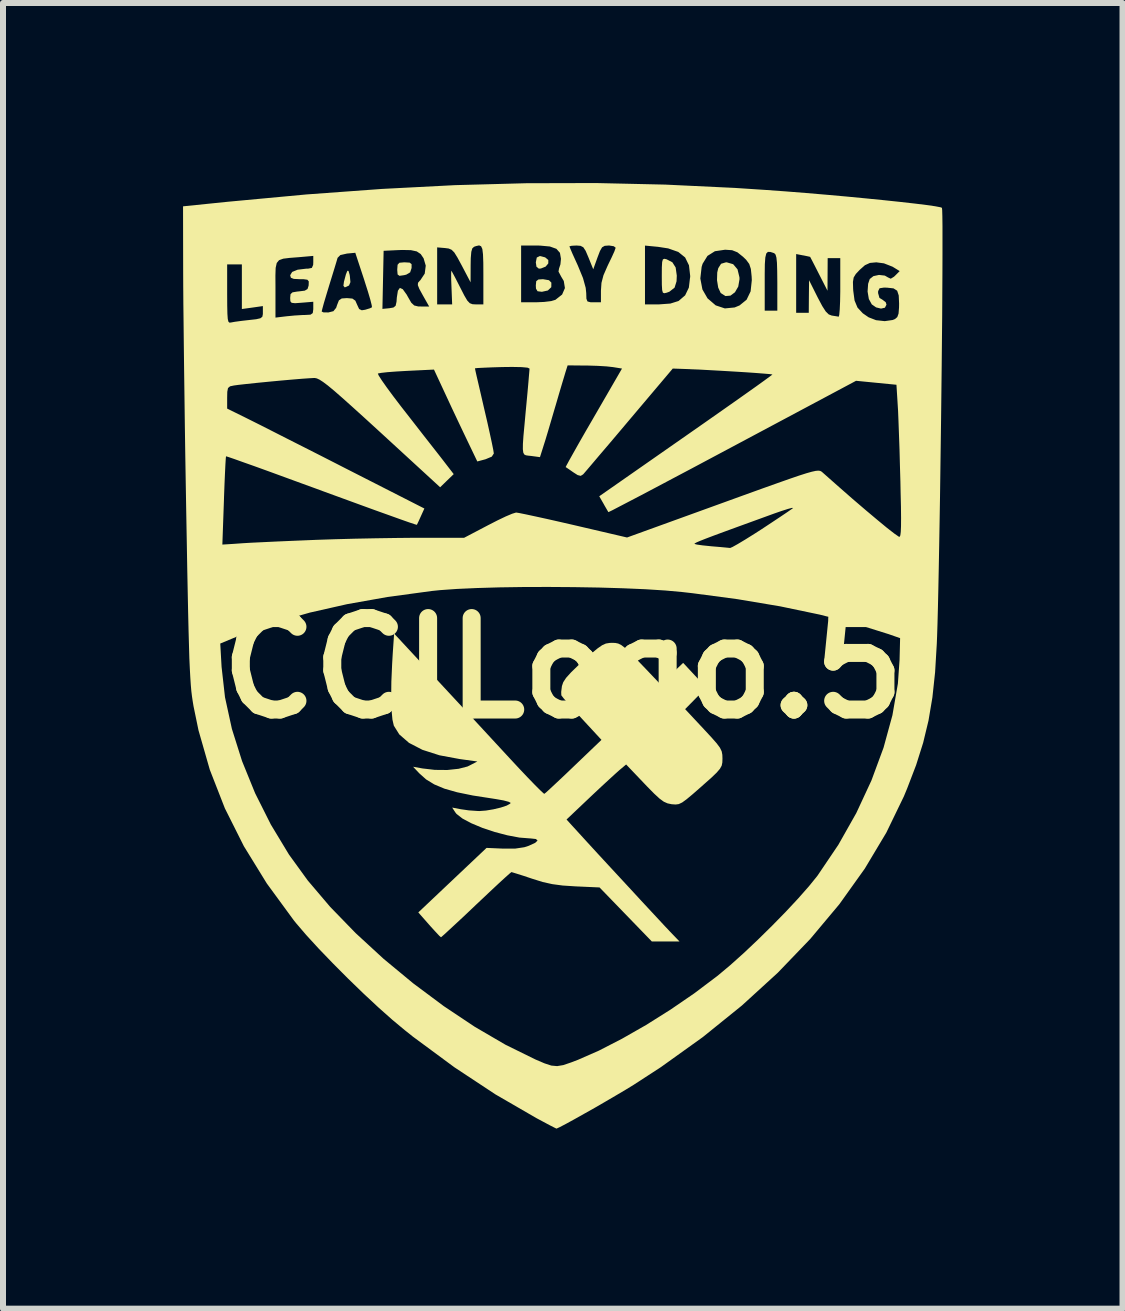
<source format=kicad_pcb>
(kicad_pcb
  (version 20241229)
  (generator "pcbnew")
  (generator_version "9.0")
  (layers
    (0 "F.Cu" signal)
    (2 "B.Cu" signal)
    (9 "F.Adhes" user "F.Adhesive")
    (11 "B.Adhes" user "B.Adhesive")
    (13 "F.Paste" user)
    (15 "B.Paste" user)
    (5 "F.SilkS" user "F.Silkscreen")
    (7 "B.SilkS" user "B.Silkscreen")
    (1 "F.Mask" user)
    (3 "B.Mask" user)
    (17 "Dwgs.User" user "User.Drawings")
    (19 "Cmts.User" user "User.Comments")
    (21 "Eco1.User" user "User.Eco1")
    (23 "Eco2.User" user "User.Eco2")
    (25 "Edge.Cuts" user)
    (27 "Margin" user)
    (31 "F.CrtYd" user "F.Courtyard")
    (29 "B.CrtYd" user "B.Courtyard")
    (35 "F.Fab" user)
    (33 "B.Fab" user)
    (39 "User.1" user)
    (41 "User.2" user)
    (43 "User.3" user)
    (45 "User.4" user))
  (footprint "CCILogo.5"
    (layer "F.Cu")
    (at 6.333 8.083)
    (property "Reference" "CCILogo.5" (at 0 0 0) (layer "F.SilkS") (effects (font (size 1.524 1.524) (thickness 0.3))))
    (attr board_only exclude_from_pos_files exclude_from_bom)
    (fp_poly (pts (xy -0.3 -6.845) (xy -0.247 -6.801) (xy -0.247 -6.744) (xy -0.291 -6.691) (xy -0.37 -6.659) (xy -0.405 -6.657) (xy -0.444 -6.688) (xy -0.455 -6.762) (xy -0.439 -6.842) (xy -0.388 -6.867)) (stroke (width 0) (type solid)) (fill yes) (layer "F.SilkS"))
    (fp_poly (pts (xy -3.576 -6.619) (xy -3.558 -6.558) (xy -3.554 -6.536) (xy -3.544 -6.432) (xy -3.567 -6.377) (xy -3.575 -6.372) (xy -3.638 -6.344) (xy -3.661 -6.371) (xy -3.652 -6.438) (xy -3.619 -6.562) (xy -3.595 -6.621)) (stroke (width 0) (type solid)) (fill yes) (layer "F.SilkS"))
    (fp_poly (pts (xy -0.236 -6.464) (xy -0.196 -6.424) (xy -0.197 -6.348) (xy -0.254 -6.293) (xy -0.353 -6.271) (xy -0.354 -6.271) (xy -0.426 -6.28) (xy -0.452 -6.323) (xy -0.455 -6.376) (xy -0.448 -6.448) (xy -0.412 -6.476) (xy -0.336 -6.481)) (stroke (width 0) (type solid)) (fill yes) (layer "F.SilkS"))
    (fp_poly (pts (xy -2.557 -6.757) (xy -2.525 -6.731) (xy -2.525 -6.669) (xy -2.525 -6.667) (xy -2.549 -6.595) (xy -2.613 -6.557) (xy -2.65 -6.548) (xy -2.727 -6.537) (xy -2.758 -6.56) (xy -2.764 -6.633) (xy -2.764 -6.643) (xy -2.758 -6.722) (xy -2.728 -6.755) (xy -2.65 -6.762) (xy -2.639 -6.762)) (stroke (width 0) (type solid)) (fill yes) (layer "F.SilkS"))
    (fp_poly (pts (xy 2.833 -6.731) (xy 2.906 -6.645) (xy 2.938 -6.512) (xy 2.939 -6.481) (xy 2.918 -6.358) (xy 2.863 -6.263) (xy 2.788 -6.207) (xy 2.705 -6.2) (xy 2.627 -6.25) (xy 2.625 -6.252) (xy 2.584 -6.341) (xy 2.564 -6.465) (xy 2.568 -6.593) (xy 2.585 -6.665) (xy 2.632 -6.738) (xy 2.709 -6.761) (xy 2.726 -6.762)) (stroke (width 0) (type solid)) (fill yes) (layer "F.SilkS"))
    (fp_poly (pts (xy 1.723 -6.813) (xy 1.723 -6.813) (xy 1.82 -6.763) (xy 1.875 -6.676) (xy 1.894 -6.541) (xy 1.89 -6.446) (xy 1.857 -6.34) (xy 1.77 -6.272) (xy 1.723 -6.255) (xy 1.685 -6.247) (xy 1.662 -6.257) (xy 1.65 -6.3) (xy 1.645 -6.388) (xy 1.644 -6.533) (xy 1.644 -6.534) (xy 1.645 -6.679) (xy 1.65 -6.767) (xy 1.662 -6.81) (xy 1.685 -6.821)) (stroke (width 0) (type solid)) (fill yes) (layer "F.SilkS"))
    (fp_poly (pts (xy -2.134 0.159) (xy -1.919 0.391) (xy -1.684 0.644) (xy -1.443 0.904) (xy -1.212 1.154) (xy -1.004 1.379) (xy -0.894 1.498) (xy -0.736 1.668) (xy -0.593 1.819) (xy -0.472 1.944) (xy -0.381 2.035) (xy -0.326 2.086) (xy -0.313 2.094) (xy -0.281 2.068) (xy -0.208 2.001) (xy -0.101 1.901) (xy 0.032 1.776) (xy 0.174 1.64) (xy 0.639 1.195) (xy 0.311 0.84) (xy 0.19 0.709) (xy 0.088 0.594) (xy 0.012 0.507) (xy -0.027 0.457) (xy -0.03 0.451) (xy -0.032 0.396) (xy -0.021 0.307) (xy -0.02 0.298) (xy 0.002 0.234) (xy 0.05 0.161) (xy 0.133 0.069) (xy 0.258 -0.052) (xy 0.334 -0.121) (xy 0.473 -0.246) (xy 0.575 -0.33) (xy 0.65 -0.382) (xy 0.712 -0.41) (xy 0.772 -0.42) (xy 0.813 -0.422) (xy 0.869 -0.42) (xy 0.918 -0.41) (xy 0.969 -0.385) (xy 1.032 -0.337) (xy 1.115 -0.258) (xy 1.228 -0.143) (xy 1.372 0.007) (xy 1.782 0.438) (xy 1.783 0.278) (xy 1.794 0.162) (xy 1.833 0.079) (xy 1.892 0.015) (xy 2 -0.088) (xy 2.193 0.119) (xy 2.385 0.325) (xy 2.209 0.504) (xy 2.033 0.683) (xy 2.344 1.016) (xy 2.472 1.154) (xy 2.559 1.253) (xy 2.613 1.326) (xy 2.642 1.386) (xy 2.653 1.444) (xy 2.655 1.506) (xy 2.653 1.572) (xy 2.642 1.625) (xy 2.613 1.677) (xy 2.559 1.74) (xy 2.472 1.824) (xy 2.341 1.94) (xy 2.302 1.975) (xy 2.159 2.1) (xy 2.057 2.185) (xy 1.984 2.238) (xy 1.927 2.265) (xy 1.875 2.272) (xy 1.817 2.268) (xy 1.806 2.267) (xy 1.74 2.253) (xy 1.677 2.225) (xy 1.607 2.174) (xy 1.517 2.091) (xy 1.395 1.967) (xy 1.356 1.926) (xy 1.05 1.605) (xy 0.938 1.699) (xy 0.873 1.757) (xy 0.769 1.852) (xy 0.639 1.972) (xy 0.496 2.106) (xy 0.441 2.158) (xy 0.057 2.522) (xy 0.145 2.619) (xy 0.263 2.748) (xy 0.409 2.908) (xy 0.576 3.09) (xy 0.757 3.286) (xy 0.944 3.488) (xy 1.129 3.688) (xy 1.304 3.878) (xy 1.463 4.049) (xy 1.597 4.193) (xy 1.699 4.303) (xy 1.762 4.369) (xy 1.763 4.371) (xy 1.939 4.554) (xy 1.478 4.554) (xy 0.607 3.654) (xy 0.207 3.636) (xy -0.007 3.622) (xy -0.18 3.599) (xy -0.342 3.563) (xy -0.518 3.508) (xy -0.658 3.461) (xy -0.772 3.425) (xy -0.844 3.403) (xy -0.861 3.398) (xy -0.89 3.421) (xy -0.963 3.486) (xy -1.071 3.585) (xy -1.208 3.713) (xy -1.365 3.861) (xy -1.45 3.941) (xy -1.615 4.098) (xy -1.763 4.236) (xy -1.886 4.35) (xy -1.976 4.433) (xy -2.027 4.478) (xy -2.035 4.484) (xy -2.063 4.46) (xy -2.124 4.395) (xy -2.208 4.303) (xy -2.231 4.277) (xy -2.413 4.07) (xy -1.845 3.533) (xy -1.276 2.995) (xy -1.001 3.007) (xy -0.801 3.007) (xy -0.647 2.984) (xy -0.573 2.96) (xy -0.466 2.911) (xy -0.426 2.873) (xy -0.453 2.847) (xy -0.546 2.837) (xy -0.551 2.837) (xy -0.729 2.823) (xy -0.93 2.785) (xy -1.14 2.73) (xy -1.344 2.662) (xy -1.528 2.585) (xy -1.677 2.506) (xy -1.776 2.429) (xy -1.795 2.405) (xy -1.849 2.323) (xy -1.703 2.351) (xy -1.569 2.37) (xy -1.424 2.38) (xy -1.397 2.381) (xy -1.287 2.373) (xy -1.161 2.352) (xy -1.039 2.323) (xy -0.94 2.29) (xy -0.882 2.258) (xy -0.875 2.244) (xy -0.907 2.227) (xy -0.993 2.204) (xy -1.117 2.182) (xy -1.181 2.172) (xy -1.504 2.122) (xy -1.767 2.068) (xy -1.978 2.008) (xy -2.147 1.937) (xy -2.283 1.854) (xy -2.396 1.753) (xy -2.396 1.753) (xy -2.5 1.643) (xy -2.344 1.671) (xy -2.138 1.695) (xy -1.93 1.697) (xy -1.742 1.677) (xy -1.594 1.639) (xy -1.563 1.624) (xy -1.429 1.555) (xy -1.721 1.515) (xy -2.06 1.452) (xy -2.344 1.361) (xy -2.568 1.245) (xy -2.73 1.104) (xy -2.821 0.958) (xy -2.844 0.858) (xy -2.859 0.697) (xy -2.865 0.483) (xy -2.862 0.224) (xy -2.849 -0.072) (xy -2.839 -0.244) (xy -2.816 -0.576)) (stroke (width 0) (type solid)) (fill yes) (layer "F.SilkS"))
    (fp_poly (pts (xy 1.704 -8.057) (xy 2.859 -8.002) (xy 3.376 -7.968) (xy 3.708 -7.944) (xy 4.048 -7.917) (xy 4.39 -7.888) (xy 4.725 -7.858) (xy 5.048 -7.827) (xy 5.349 -7.797) (xy 5.623 -7.768) (xy 5.861 -7.741) (xy 6.056 -7.717) (xy 6.201 -7.696) (xy 6.289 -7.679) (xy 6.312 -7.67) (xy 6.316 -7.632) (xy 6.319 -7.529) (xy 6.321 -7.367) (xy 6.321 -7.152) (xy 6.321 -6.889) (xy 6.32 -6.583) (xy 6.318 -6.242) (xy 6.316 -5.869) (xy 6.312 -5.471) (xy 6.308 -5.053) (xy 6.303 -4.621) (xy 6.298 -4.18) (xy 6.292 -3.736) (xy 6.286 -3.295) (xy 6.28 -2.861) (xy 6.273 -2.441) (xy 6.266 -2.041) (xy 6.259 -1.665) (xy 6.252 -1.32) (xy 6.245 -1.011) (xy 6.238 -0.743) (xy 6.231 -0.523) (xy 6.226 -0.403) (xy 6.198 0.068) (xy 6.153 0.488) (xy 6.088 0.874) (xy 5.999 1.243) (xy 5.882 1.614) (xy 5.733 2.003) (xy 5.678 2.136) (xy 5.385 2.741) (xy 5.026 3.341) (xy 4.603 3.933) (xy 4.118 4.512) (xy 3.576 5.076) (xy 2.978 5.622) (xy 2.328 6.147) (xy 1.629 6.648) (xy 1.172 6.945) (xy 1.041 7.025) (xy 0.882 7.119) (xy 0.706 7.222) (xy 0.525 7.327) (xy 0.347 7.427) (xy 0.185 7.518) (xy 0.048 7.593) (xy -0.053 7.646) (xy -0.107 7.671) (xy -0.112 7.672) (xy -0.145 7.656) (xy -0.227 7.614) (xy -0.343 7.552) (xy -0.446 7.497) (xy -1.128 7.102) (xy -1.811 6.651) (xy -2.503 6.14) (xy -2.641 6.03) (xy -2.844 5.861) (xy -3.077 5.654) (xy -3.327 5.421) (xy -3.584 5.172) (xy -3.836 4.919) (xy -4.072 4.674) (xy -4.28 4.447) (xy -4.448 4.251) (xy -4.486 4.204) (xy -4.937 3.588) (xy -5.32 2.966) (xy -5.636 2.336) (xy -5.887 1.693) (xy -6.076 1.034) (xy -6.159 0.631) (xy -6.172 0.552) (xy -6.184 0.471) (xy -6.195 0.381) (xy -6.204 0.277) (xy -6.212 0.155) (xy -6.22 0.009) (xy -6.228 -0.166) (xy -6.234 -0.375) (xy -6.235 -0.41) (xy -5.713 -0.41) (xy -5.691 -0.021) (xy -5.634 0.485) (xy -5.519 1.012) (xy -5.35 1.548) (xy -5.132 2.084) (xy -4.87 2.606) (xy -4.568 3.106) (xy -4.255 3.538) (xy -3.882 3.977) (xy -3.458 4.414) (xy -2.993 4.842) (xy -2.499 5.251) (xy -1.988 5.632) (xy -1.472 5.976) (xy -0.96 6.275) (xy -0.466 6.518) (xy -0.462 6.52) (xy -0.31 6.585) (xy -0.197 6.622) (xy -0.1 6.631) (xy 0.003 6.614) (xy 0.135 6.569) (xy 0.245 6.527) (xy 0.596 6.373) (xy 0.979 6.176) (xy 1.382 5.946) (xy 1.789 5.69) (xy 2.186 5.418) (xy 2.559 5.137) (xy 2.589 5.113) (xy 2.787 4.947) (xy 3.009 4.748) (xy 3.244 4.526) (xy 3.481 4.293) (xy 3.71 4.059) (xy 3.918 3.836) (xy 4.096 3.634) (xy 4.233 3.465) (xy 4.243 3.451) (xy 4.586 2.943) (xy 4.885 2.414) (xy 5.137 1.872) (xy 5.339 1.325) (xy 5.487 0.784) (xy 5.578 0.257) (xy 5.606 -0.139) (xy 5.615 -0.5) (xy 5.423 -0.567) (xy 4.881 -0.737) (xy 4.276 -0.892) (xy 3.616 -1.03) (xy 2.907 -1.149) (xy 2.154 -1.249) (xy 1.978 -1.269) (xy 1.701 -1.294) (xy 1.371 -1.315) (xy 1 -1.331) (xy 0.6 -1.343) (xy 0.182 -1.35) (xy -0.242 -1.353) (xy -0.66 -1.352) (xy -1.062 -1.346) (xy -1.436 -1.335) (xy -1.769 -1.32) (xy -2.051 -1.3) (xy -2.187 -1.286) (xy -2.925 -1.186) (xy -3.6 -1.066) (xy -4.219 -0.926) (xy -4.786 -0.764) (xy -5.305 -0.579) (xy -5.437 -0.525) (xy -5.713 -0.41) (xy -6.235 -0.41) (xy -6.241 -0.623) (xy -6.248 -0.916) (xy -6.255 -1.259) (xy -6.263 -1.656) (xy -6.27 -2.059) (xy -5.678 -2.059) (xy -5.487 -2.071) (xy 2.188 -2.071) (xy 2.189 -2.07) (xy 2.23 -2.059) (xy 2.322 -2.046) (xy 2.448 -2.033) (xy 2.477 -2.03) (xy 2.61 -2.019) (xy 2.717 -2.009) (xy 2.778 -2.003) (xy 2.782 -2.002) (xy 2.822 -2.019) (xy 2.91 -2.068) (xy 3.035 -2.143) (xy 3.187 -2.238) (xy 3.307 -2.315) (xy 3.472 -2.424) (xy 3.618 -2.521) (xy 3.734 -2.599) (xy 3.809 -2.651) (xy 3.831 -2.668) (xy 3.815 -2.671) (xy 3.746 -2.653) (xy 3.634 -2.617) (xy 3.516 -2.576) (xy 3.178 -2.453) (xy 2.9 -2.352) (xy 2.676 -2.27) (xy 2.503 -2.206) (xy 2.374 -2.157) (xy 2.283 -2.121) (xy 2.225 -2.096) (xy 2.196 -2.08) (xy 2.188 -2.071) (xy -5.487 -2.071) (xy -5.332 -2.082) (xy -5.196 -2.09) (xy -5.006 -2.099) (xy -4.776 -2.11) (xy -4.521 -2.121) (xy -4.255 -2.132) (xy -4.111 -2.138) (xy -3.807 -2.148) (xy -3.469 -2.157) (xy -3.12 -2.164) (xy -2.787 -2.169) (xy -2.493 -2.172) (xy -2.443 -2.172) (xy -1.65 -2.172) (xy -1.25 -2.382) (xy -1.094 -2.462) (xy -0.956 -2.528) (xy -0.849 -2.573) (xy -0.787 -2.592) (xy -0.784 -2.593) (xy -0.733 -2.585) (xy -0.624 -2.563) (xy -0.466 -2.529) (xy -0.269 -2.486) (xy -0.044 -2.435) (xy 0.174 -2.385) (xy 1.065 -2.177) (xy 2.655 -2.753) (xy 3.019 -2.885) (xy 3.324 -2.995) (xy 3.574 -3.084) (xy 3.775 -3.155) (xy 3.933 -3.209) (xy 4.055 -3.248) (xy 4.144 -3.273) (xy 4.208 -3.287) (xy 4.252 -3.291) (xy 4.282 -3.287) (xy 4.303 -3.277) (xy 4.318 -3.265) (xy 4.578 -3.035) (xy 4.821 -2.822) (xy 5.043 -2.632) (xy 5.237 -2.469) (xy 5.397 -2.337) (xy 5.518 -2.243) (xy 5.593 -2.191) (xy 5.594 -2.19) (xy 5.609 -2.19) (xy 5.619 -2.215) (xy 5.626 -2.27) (xy 5.63 -2.364) (xy 5.631 -2.503) (xy 5.629 -2.694) (xy 5.623 -2.945) (xy 5.62 -3.104) (xy 5.612 -3.376) (xy 5.605 -3.644) (xy 5.596 -3.895) (xy 5.588 -4.114) (xy 5.581 -4.288) (xy 5.575 -4.384) (xy 5.554 -4.722) (xy 5.217 -4.755) (xy 4.881 -4.788) (xy 2.821 -3.689) (xy 2.47 -3.502) (xy 2.138 -3.325) (xy 1.83 -3.162) (xy 1.551 -3.014) (xy 1.305 -2.884) (xy 1.098 -2.776) (xy 0.935 -2.691) (xy 0.822 -2.632) (xy 0.762 -2.603) (xy 0.754 -2.6) (xy 0.734 -2.634) (xy 0.692 -2.706) (xy 0.675 -2.737) (xy 0.602 -2.864) (xy 2.049 -3.874) (xy 2.331 -4.071) (xy 2.595 -4.256) (xy 2.834 -4.424) (xy 3.045 -4.573) (xy 3.22 -4.697) (xy 3.356 -4.795) (xy 3.446 -4.861) (xy 3.486 -4.891) (xy 3.487 -4.893) (xy 3.45 -4.899) (xy 3.356 -4.907) (xy 3.217 -4.918) (xy 3.044 -4.93) (xy 2.851 -4.942) (xy 2.649 -4.954) (xy 2.451 -4.965) (xy 2.27 -4.975) (xy 2.117 -4.981) (xy 2.112 -4.982) (xy 1.827 -4.992) (xy 1.102 -4.134) (xy 0.924 -3.923) (xy 0.759 -3.728) (xy 0.612 -3.556) (xy 0.491 -3.413) (xy 0.4 -3.306) (xy 0.345 -3.242) (xy 0.332 -3.228) (xy 0.293 -3.204) (xy 0.242 -3.217) (xy 0.17 -3.263) (xy 0.094 -3.316) (xy 0.048 -3.347) (xy 0.042 -3.35) (xy 0.057 -3.38) (xy 0.102 -3.463) (xy 0.173 -3.59) (xy 0.266 -3.755) (xy 0.377 -3.949) (xy 0.502 -4.164) (xy 0.507 -4.173) (xy 0.981 -4.992) (xy 0.832 -5.016) (xy 0.725 -5.028) (xy 0.577 -5.037) (xy 0.415 -5.042) (xy 0.379 -5.042) (xy 0.075 -5.045) (xy 0.039 -4.931) (xy 0.017 -4.857) (xy -0.021 -4.731) (xy -0.069 -4.569) (xy -0.122 -4.387) (xy -0.14 -4.327) (xy -0.196 -4.136) (xy -0.249 -3.956) (xy -0.295 -3.803) (xy -0.329 -3.696) (xy -0.335 -3.676) (xy -0.386 -3.516) (xy -0.534 -3.536) (xy -0.583 -3.541) (xy -0.621 -3.547) (xy -0.648 -3.561) (xy -0.664 -3.592) (xy -0.671 -3.648) (xy -0.67 -3.738) (xy -0.661 -3.87) (xy -0.644 -4.052) (xy -0.622 -4.292) (xy -0.612 -4.397) (xy -0.594 -4.589) (xy -0.579 -4.757) (xy -0.568 -4.889) (xy -0.561 -4.971) (xy -0.56 -4.992) (xy -0.594 -5.007) (xy -0.692 -5.016) (xy -0.85 -5.019) (xy -1.015 -5.017) (xy -1.184 -5.012) (xy -1.324 -5.006) (xy -1.424 -5.001) (xy -1.468 -4.996) (xy -1.469 -4.995) (xy -1.462 -4.959) (xy -1.441 -4.865) (xy -1.408 -4.724) (xy -1.367 -4.547) (xy -1.32 -4.343) (xy -1.312 -4.309) (xy -1.263 -4.098) (xy -1.221 -3.909) (xy -1.187 -3.751) (xy -1.164 -3.637) (xy -1.155 -3.579) (xy -1.155 -3.576) (xy -1.189 -3.524) (xy -1.29 -3.482) (xy -1.292 -3.481) (xy -1.43 -3.444) (xy -1.583 -3.763) (xy -1.659 -3.922) (xy -1.753 -4.12) (xy -1.852 -4.33) (xy -1.944 -4.528) (xy -2.152 -4.975) (xy -2.606 -4.953) (xy -2.778 -4.943) (xy -2.925 -4.932) (xy -3.031 -4.92) (xy -3.084 -4.91) (xy -3.087 -4.908) (xy -3.073 -4.876) (xy -3.022 -4.796) (xy -2.939 -4.678) (xy -2.829 -4.529) (xy -2.698 -4.357) (xy -2.619 -4.256) (xy -2.467 -4.061) (xy -2.32 -3.872) (xy -2.186 -3.701) (xy -2.074 -3.558) (xy -1.994 -3.455) (xy -1.975 -3.43) (xy -1.823 -3.233) (xy -1.936 -3.124) (xy -2.049 -3.014) (xy -3.041 -3.925) (xy -3.298 -4.16) (xy -3.51 -4.352) (xy -3.68 -4.504) (xy -3.815 -4.622) (xy -3.92 -4.709) (xy -4 -4.769) (xy -4.059 -4.807) (xy -4.104 -4.828) (xy -4.139 -4.835) (xy -4.145 -4.835) (xy -4.221 -4.831) (xy -4.351 -4.822) (xy -4.52 -4.808) (xy -4.712 -4.791) (xy -4.913 -4.772) (xy -5.106 -4.753) (xy -5.277 -4.735) (xy -5.411 -4.72) (xy -5.484 -4.71) (xy -5.55 -4.696) (xy -5.584 -4.667) (xy -5.596 -4.605) (xy -5.598 -4.508) (xy -5.598 -4.325) (xy -5.292 -4.174) (xy -5.194 -4.125) (xy -5.042 -4.049) (xy -4.845 -3.949) (xy -4.611 -3.83) (xy -4.348 -3.697) (xy -4.066 -3.554) (xy -3.772 -3.404) (xy -3.649 -3.341) (xy -2.312 -2.66) (xy -2.371 -2.53) (xy -2.409 -2.446) (xy -2.434 -2.394) (xy -2.437 -2.388) (xy -2.47 -2.397) (xy -2.563 -2.428) (xy -2.708 -2.479) (xy -2.9 -2.548) (xy -3.132 -2.631) (xy -3.398 -2.728) (xy -3.691 -2.835) (xy -4.006 -2.95) (xy -4.026 -2.958) (xy -4.342 -3.073) (xy -4.637 -3.181) (xy -4.905 -3.279) (xy -5.14 -3.364) (xy -5.335 -3.433) (xy -5.483 -3.486) (xy -5.58 -3.519) (xy -5.617 -3.53) (xy -5.617 -3.53) (xy -5.621 -3.494) (xy -5.627 -3.398) (xy -5.634 -3.253) (xy -5.642 -3.07) (xy -5.65 -2.858) (xy -5.652 -2.79) (xy -5.678 -2.059) (xy -6.27 -2.059) (xy -6.271 -2.114) (xy -6.28 -2.61) (xy -6.288 -3.084) (xy -6.296 -3.563) (xy -6.303 -4.039) (xy -6.309 -4.503) (xy -6.315 -4.947) (xy -6.32 -5.363) (xy -6.324 -5.741) (xy -6.328 -6.075) (xy -6.329 -6.234) (xy -5.598 -6.234) (xy -5.597 -6.039) (xy -5.594 -5.904) (xy -5.588 -5.819) (xy -5.577 -5.773) (xy -5.56 -5.757) (xy -5.537 -5.759) (xy -5.471 -5.771) (xy -5.361 -5.786) (xy -5.239 -5.8) (xy -5.114 -5.814) (xy -5.044 -5.83) (xy -5.012 -5.855) (xy -5.003 -5.9) (xy -5.003 -5.928) (xy -5.003 -6.033) (xy -5.178 -6.008) (xy -5.353 -5.984) (xy -5.353 -6.542) (xy -4.794 -6.542) (xy -4.793 -6.359) (xy -4.793 -6.318) (xy -4.793 -5.841) (xy -4.609 -5.863) (xy -4.473 -5.876) (xy -4.341 -5.884) (xy -4.295 -5.885) (xy -4.209 -5.89) (xy -4.172 -5.916) (xy -4.168 -5.942) (xy -4.023 -5.942) (xy -3.993 -5.928) (xy -3.919 -5.927) (xy -3.911 -5.927) (xy -3.827 -5.948) (xy -3.821 -5.956) (xy 3.359 -5.956) (xy 3.569 -5.956) (xy 3.569 -6.425) (xy 3.567 -6.619) (xy 3.563 -6.754) (xy 3.554 -6.841) (xy 3.54 -6.89) (xy 3.531 -6.9) (xy 3.883 -6.9) (xy 3.883 -5.921) (xy 4.093 -5.921) (xy 4.095 -6.192) (xy 4.098 -6.464) (xy 4.242 -6.176) (xy 4.318 -6.033) (xy 4.376 -5.943) (xy 4.426 -5.894) (xy 4.476 -5.875) (xy 4.554 -5.863) (xy 4.592 -5.856) (xy 4.601 -5.887) (xy 4.609 -5.976) (xy 4.615 -6.11) (xy 4.618 -6.277) (xy 4.618 -6.341) (xy 4.618 -6.436) (xy 4.829 -6.436) (xy 4.832 -6.325) (xy 4.834 -6.29) (xy 4.856 -6.126) (xy 4.905 -6.008) (xy 4.993 -5.913) (xy 5.09 -5.846) (xy 5.214 -5.798) (xy 5.359 -5.782) (xy 5.491 -5.801) (xy 5.53 -5.817) (xy 5.568 -5.85) (xy 5.589 -5.908) (xy 5.597 -6.009) (xy 5.598 -6.076) (xy 5.592 -6.21) (xy 5.566 -6.289) (xy 5.505 -6.328) (xy 5.396 -6.34) (xy 5.344 -6.341) (xy 5.273 -6.33) (xy 5.249 -6.282) (xy 5.248 -6.25) (xy 5.271 -6.169) (xy 5.318 -6.141) (xy 5.375 -6.098) (xy 5.388 -6.057) (xy 5.362 -6.006) (xy 5.297 -5.991) (xy 5.215 -6.011) (xy 5.143 -6.061) (xy 5.094 -6.151) (xy 5.073 -6.276) (xy 5.082 -6.404) (xy 5.109 -6.484) (xy 5.17 -6.532) (xy 5.263 -6.552) (xy 5.36 -6.541) (xy 5.416 -6.509) (xy 5.459 -6.489) (xy 5.513 -6.522) (xy 5.533 -6.541) (xy 5.608 -6.616) (xy 5.489 -6.689) (xy 5.346 -6.745) (xy 5.218 -6.762) (xy 5.112 -6.752) (xy 5.029 -6.714) (xy 4.943 -6.638) (xy 4.877 -6.568) (xy 4.841 -6.509) (xy 4.829 -6.436) (xy 4.618 -6.436) (xy 4.618 -6.832) (xy 4.408 -6.832) (xy 4.405 -6.289) (xy 4.262 -6.569) (xy 4.199 -6.693) (xy 4.149 -6.79) (xy 4.12 -6.845) (xy 4.116 -6.853) (xy 4.082 -6.861) (xy 4.006 -6.877) (xy 3.997 -6.878) (xy 3.883 -6.9) (xy 3.531 -6.9) (xy 3.519 -6.913) (xy 3.513 -6.916) (xy 3.454 -6.935) (xy 3.412 -6.936) (xy 3.385 -6.909) (xy 3.369 -6.843) (xy 3.361 -6.732) (xy 3.359 -6.564) (xy 3.359 -6.446) (xy 3.359 -5.956) (xy -3.821 -5.956) (xy -3.782 -6.004) (xy -3.766 -6.052) (xy -3.736 -6.128) (xy -3.689 -6.16) (xy -3.602 -6.166) (xy -3.511 -6.158) (xy -3.462 -6.123) (xy -3.433 -6.057) (xy -3.399 -5.984) (xy -3.355 -5.963) (xy -3.298 -5.972) (xy -3.252 -5.986) (xy -3.011 -5.986) (xy -2.896 -5.997) (xy -2.827 -6.009) (xy -2.791 -6.038) (xy -2.776 -6.105) (xy -2.771 -6.175) (xy -2.753 -6.289) (xy -2.72 -6.336) (xy -2.672 -6.314) (xy -2.607 -6.224) (xy -2.585 -6.184) (xy -2.53 -6.089) (xy -2.481 -6.043) (xy -2.416 -6.027) (xy -2.367 -6.026) (xy -2.232 -6.026) (xy -2.252 -6.061) (xy -2.099 -6.061) (xy -1.849 -6.061) (xy -1.86 -6.341) (xy -1.865 -6.471) (xy -1.866 -6.569) (xy -1.864 -6.619) (xy -1.863 -6.622) (xy -1.845 -6.593) (xy -1.803 -6.515) (xy -1.745 -6.402) (xy -1.714 -6.341) (xy -1.646 -6.208) (xy -1.597 -6.125) (xy -1.555 -6.081) (xy -1.51 -6.064) (xy -1.452 -6.061) (xy -1.329 -6.061) (xy -1.329 -6.096) (xy -0.7 -6.096) (xy -0.453 -6.096) (xy -0.317 -6.102) (xy -0.2 -6.116) (xy -0.129 -6.137) (xy -0.017 -6.225) (xy 0.03 -6.333) (xy 0.011 -6.451) (xy -0.032 -6.523) (xy -0.077 -6.608) (xy -0.068 -6.659) (xy -0.045 -6.728) (xy -0.036 -6.821) (xy -0.053 -6.92) (xy -0.112 -6.987) (xy -0.221 -7.026) (xy -0.245 -7.028) (xy 0.105 -7.028) (xy 0.119 -6.992) (xy 0.155 -6.907) (xy 0.209 -6.788) (xy 0.245 -6.709) (xy 0.331 -6.5) (xy 0.376 -6.337) (xy 0.385 -6.25) (xy 0.388 -6.155) (xy 0.406 -6.11) (xy 0.456 -6.097) (xy 0.507 -6.096) (xy 0.63 -6.096) (xy 0.63 -6.29) (xy 0.639 -6.42) (xy 0.672 -6.546) (xy 0.737 -6.695) (xy 0.752 -6.727) (xy 0.81 -6.847) (xy 0.854 -6.944) (xy 0.874 -7.001) (xy 0.875 -7.006) (xy 0.844 -7.03) (xy 0.775 -7.041) (xy 1.364 -7.041) (xy 1.364 -6.061) (xy 1.595 -6.061) (xy 1.787 -6.075) (xy 1.918 -6.116) (xy 1.925 -6.119) (xy 2.033 -6.212) (xy 2.095 -6.341) (xy 2.113 -6.493) (xy 2.286 -6.493) (xy 2.321 -6.31) (xy 2.406 -6.162) (xy 2.542 -6.045) (xy 2.695 -5.994) (xy 2.858 -6.01) (xy 2.94 -6.044) (xy 3.057 -6.139) (xy 3.124 -6.278) (xy 3.144 -6.466) (xy 3.141 -6.527) (xy 3.128 -6.652) (xy 3.101 -6.735) (xy 3.049 -6.805) (xy 2.998 -6.854) (xy 2.904 -6.929) (xy 2.816 -6.964) (xy 2.699 -6.972) (xy 2.529 -6.947) (xy 2.405 -6.869) (xy 2.324 -6.738) (xy 2.308 -6.686) (xy 2.286 -6.493) (xy 2.113 -6.493) (xy 2.117 -6.518) (xy 2.117 -6.537) (xy 2.097 -6.712) (xy 2.033 -6.843) (xy 1.919 -6.935) (xy 1.751 -6.994) (xy 1.583 -7.02) (xy 1.364 -7.041) (xy 0.775 -7.041) (xy 0.769 -7.042) (xy 0.759 -7.042) (xy 0.693 -7.037) (xy 0.649 -7.012) (xy 0.614 -6.951) (xy 0.573 -6.844) (xy 0.502 -6.646) (xy 0.422 -6.844) (xy 0.375 -6.954) (xy 0.336 -7.013) (xy 0.29 -7.037) (xy 0.223 -7.042) (xy 0.144 -7.038) (xy 0.106 -7.029) (xy 0.105 -7.028) (xy -0.245 -7.028) (xy -0.386 -7.041) (xy -0.445 -7.042) (xy -0.7 -7.042) (xy -0.7 -6.096) (xy -1.329 -6.096) (xy -1.329 -6.551) (xy -1.33 -6.753) (xy -1.335 -6.894) (xy -1.346 -6.984) (xy -1.367 -7.03) (xy -1.4 -7.044) (xy -1.45 -7.033) (xy -1.484 -7.021) (xy -1.513 -6.995) (xy -1.53 -6.937) (xy -1.539 -6.832) (xy -1.541 -6.714) (xy -1.542 -6.429) (xy -1.689 -6.709) (xy -1.761 -6.842) (xy -1.813 -6.926) (xy -1.858 -6.971) (xy -1.907 -6.992) (xy -1.968 -7) (xy -2.099 -7.011) (xy -2.099 -6.061) (xy -2.252 -6.061) (xy -2.339 -6.215) (xy -2.396 -6.319) (xy -2.421 -6.382) (xy -2.418 -6.421) (xy -2.388 -6.456) (xy -2.379 -6.464) (xy -2.306 -6.574) (xy -2.289 -6.707) (xy -2.325 -6.829) (xy -2.373 -6.9) (xy -2.439 -6.944) (xy -2.537 -6.965) (xy -2.682 -6.968) (xy -2.765 -6.965) (xy -2.991 -6.954) (xy -3.001 -6.47) (xy -3.011 -5.986) (xy -3.252 -5.986) (xy -3.222 -5.995) (xy -3.185 -6.013) (xy -3.19 -6.05) (xy -3.213 -6.141) (xy -3.252 -6.273) (xy -3.303 -6.433) (xy -3.316 -6.475) (xy -3.463 -6.921) (xy -3.602 -6.908) (xy -3.712 -6.883) (xy -3.758 -6.837) (xy -3.774 -6.782) (xy -3.806 -6.676) (xy -3.85 -6.533) (xy -3.899 -6.374) (xy -3.947 -6.215) (xy -3.987 -6.081) (xy -4.013 -5.985) (xy -4.023 -5.943) (xy -4.023 -5.942) (xy -4.168 -5.942) (xy -4.163 -5.981) (xy -4.163 -5.995) (xy -4.163 -6.105) (xy -4.356 -6.089) (xy -4.466 -6.081) (xy -4.523 -6.087) (xy -4.545 -6.113) (xy -4.548 -6.167) (xy -4.548 -6.17) (xy -4.542 -6.232) (xy -4.509 -6.262) (xy -4.431 -6.275) (xy -4.4 -6.278) (xy -4.305 -6.29) (xy -4.259 -6.317) (xy -4.241 -6.373) (xy -4.24 -6.385) (xy -4.238 -6.444) (xy -4.261 -6.472) (xy -4.326 -6.481) (xy -4.388 -6.481) (xy -4.488 -6.486) (xy -4.536 -6.505) (xy -4.548 -6.546) (xy -4.548 -6.547) (xy -4.515 -6.602) (xy -4.424 -6.639) (xy -4.283 -6.656) (xy -4.246 -6.657) (xy -4.187 -6.669) (xy -4.165 -6.719) (xy -4.163 -6.763) (xy -4.163 -6.869) (xy -4.4 -6.848) (xy -4.555 -6.836) (xy -4.663 -6.823) (xy -4.733 -6.798) (xy -4.772 -6.751) (xy -4.79 -6.669) (xy -4.794 -6.542) (xy -5.353 -6.542) (xy -5.353 -6.727) (xy -5.598 -6.727) (xy -5.598 -6.234) (xy -6.329 -6.234) (xy -6.33 -6.355) (xy -6.331 -6.571) (xy -6.333 -7.695) (xy -5.589 -7.771) (xy -4.278 -7.893) (xy -3.019 -7.985) (xy -1.802 -8.048) (xy -0.616 -8.08) (xy 0.549 -8.083)) (stroke (width 0) (type solid)) (fill yes) (layer "F.SilkS")))
  (gr_rect
    (start -3 -3)
    (end 15.654 18.755)
    (stroke (width 0.1) (type default))
    (fill no)
    (layer "Edge.Cuts")))
</source>
